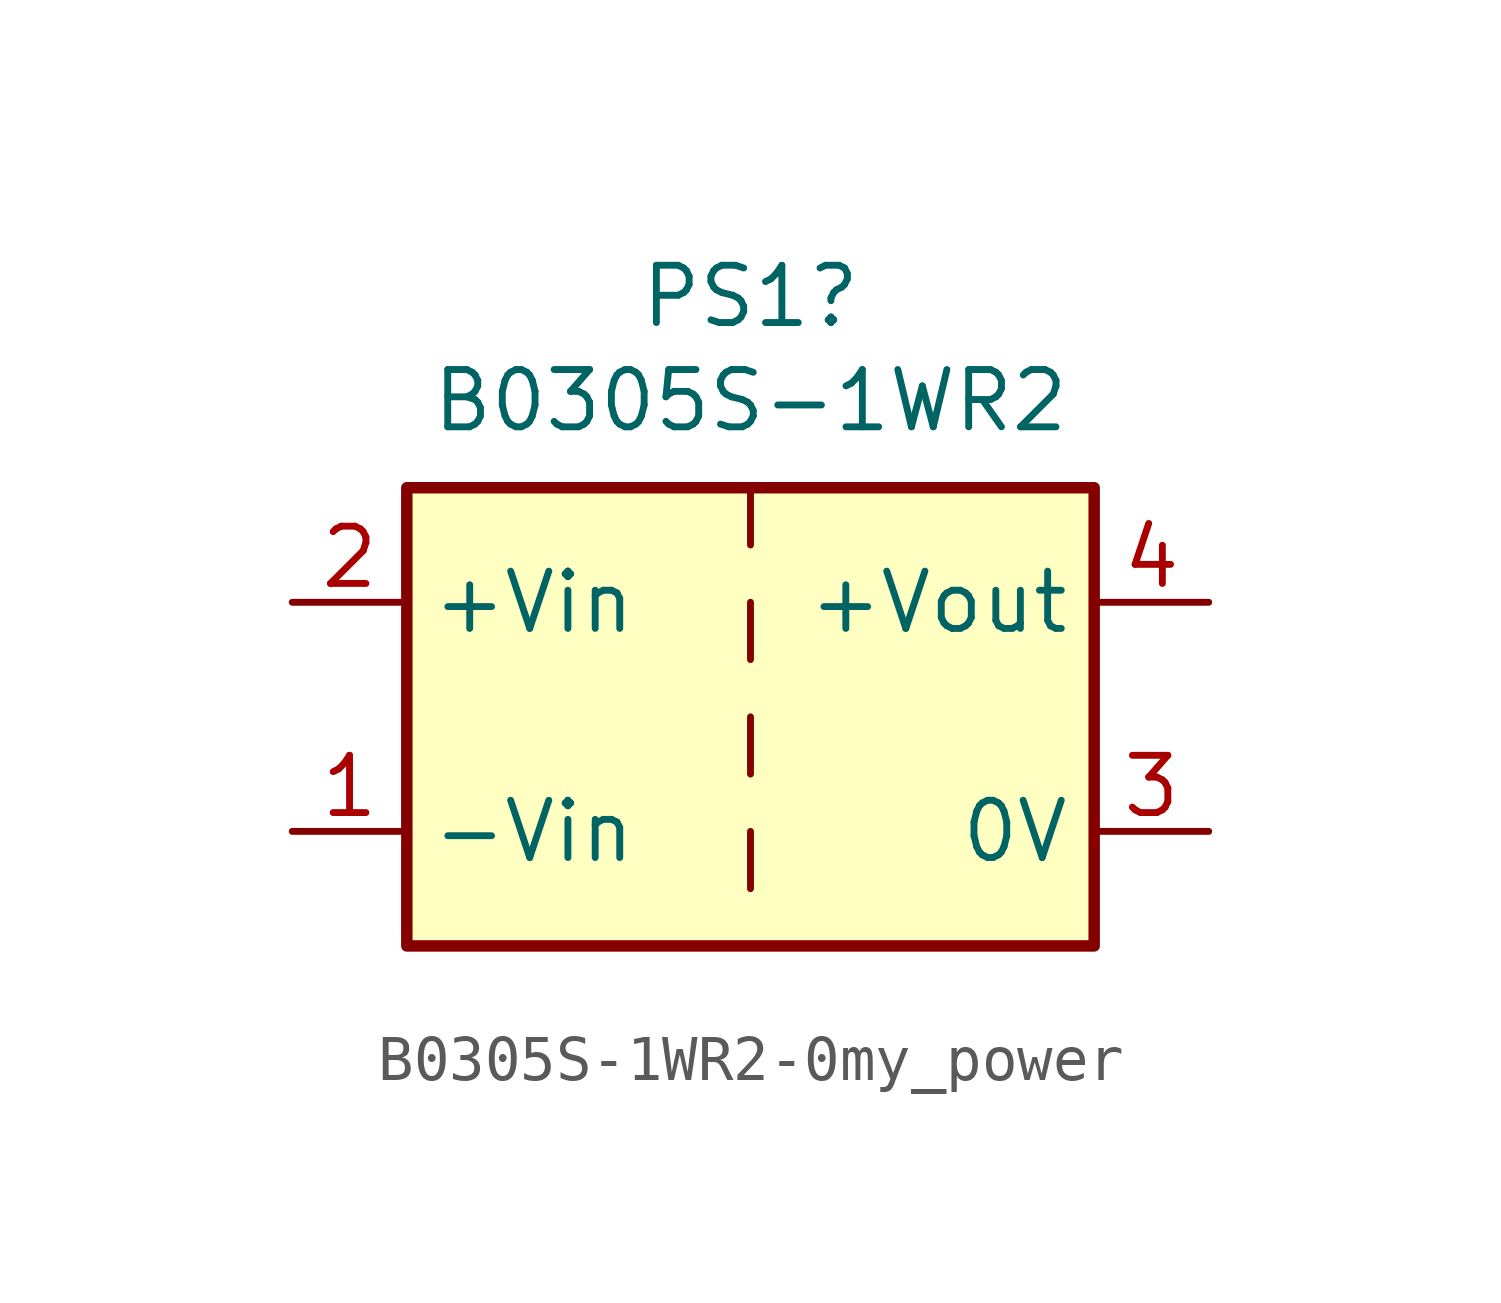
<source format=kicad_sym>
(kicad_symbol_lib
  (version 20211014)
  (generator kicad_symbol_editor)
  (symbol "B0305S-1WR2-0my_power"
    (property "Reference" "PS1"
      (at 0 9.322 0)
      (effects (font (size 1.27 1.27))))
    (property "Value" "B0305S-1WR2"
      (at 0 7.01 0)
      (effects (font (size 1.27 1.27))))
    (symbol "B0305S-1WR2-0my_power_0_0"
      (pin power_in line (at -10.16 -2.54 0) (length 2.54) (name "-Vin" (effects (font (size 1.27 1.27)))) (number "1" (effects (font (size 1.27 1.27)))))
      (pin power_in line (at -10.16 2.54 0) (length 2.54) (name "+Vin" (effects (font (size 1.27 1.27)))) (number "2" (effects (font (size 1.27 1.27)))))
      (pin power_out line (at 10.16 -2.54 180) (length 2.54) (name "0V" (effects (font (size 1.27 1.27)))) (number "3" (effects (font (size 1.27 1.27)))))
      (pin power_out line (at 10.16 2.54 180) (length 2.54) (name "+Vout" (effects (font (size 1.27 1.27)))) (number "4" (effects (font (size 1.27 1.27))))))
    (symbol "B0305S-1WR2-0my_power_0_1"
      (rectangle (start -7.62 5.08) (end 7.62 -5.08) (stroke (width 0.254) (type default) (color 0 0 0 0)) (fill (type background)))
      (polyline (pts (xy 0 -2.54) (xy 0 -3.81)) (stroke (width 0) (type default) (color 0 0 0 0)) (fill (type none)))
      (polyline (pts (xy 0 0) (xy 0 -1.27)) (stroke (width 0) (type default) (color 0 0 0 0)) (fill (type none)))
      (polyline (pts (xy 0 2.54) (xy 0 1.27)) (stroke (width 0) (type default) (color 0 0 0 0)) (fill (type none)))
      (polyline (pts (xy 0 5.08) (xy 0 3.81)) (stroke (width 0) (type default) (color 0 0 0 0)) (fill (type none))))))
</source>
